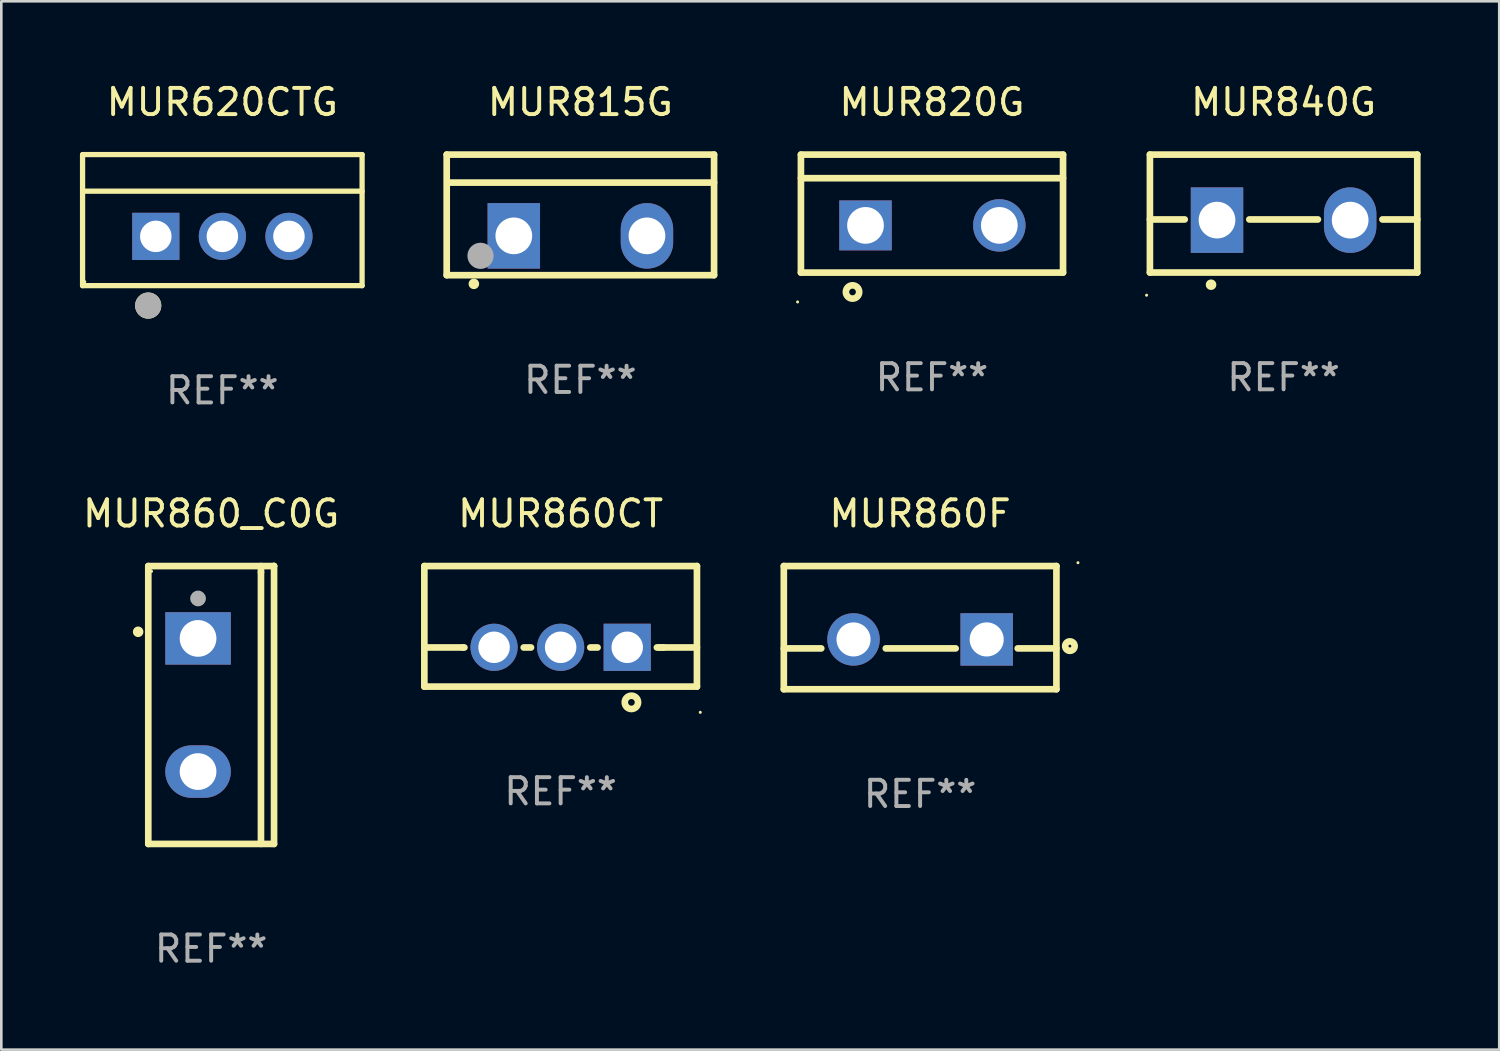
<source format=kicad_pcb>
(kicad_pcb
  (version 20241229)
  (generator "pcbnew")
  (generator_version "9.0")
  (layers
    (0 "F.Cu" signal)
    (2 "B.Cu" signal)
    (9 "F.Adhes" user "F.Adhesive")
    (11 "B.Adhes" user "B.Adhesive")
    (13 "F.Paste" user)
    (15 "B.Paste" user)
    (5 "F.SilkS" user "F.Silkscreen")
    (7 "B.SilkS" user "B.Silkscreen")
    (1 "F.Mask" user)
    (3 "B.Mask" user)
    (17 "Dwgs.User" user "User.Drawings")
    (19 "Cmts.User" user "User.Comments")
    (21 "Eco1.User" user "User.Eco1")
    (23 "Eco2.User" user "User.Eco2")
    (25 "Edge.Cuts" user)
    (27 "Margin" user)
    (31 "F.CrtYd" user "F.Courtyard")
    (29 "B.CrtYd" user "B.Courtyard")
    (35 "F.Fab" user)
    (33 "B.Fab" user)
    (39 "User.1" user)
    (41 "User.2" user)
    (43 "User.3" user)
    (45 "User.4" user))
  (footprint "MUR860CT"
    (layer "F.Cu")
    (at 18.339 20.845)
    (property "Reference" "MUR860CT" (at 0 -4.3 0) (layer "F.SilkS") (effects (font (size 1 1) (thickness 0.15))))
    (attr through_hole)
    (fp_line (start -5.2 -2.3) (end -5.2 2.3) (stroke (width 0.254) (type solid)) (layer "F.SilkS"))
    (fp_line (start -5.2 -2.3) (end 5.2 -2.3) (stroke (width 0.254) (type solid)) (layer "F.SilkS"))
    (fp_line (start -5.2 0.807) (end -3.731 0.807) (stroke (width 0.254) (type solid)) (layer "F.SilkS"))
    (fp_line (start -5.2 2.3) (end 5.2 2.3) (stroke (width 0.254) (type solid)) (layer "F.SilkS"))
    (fp_line (start -3.731 0.807) (end -3.671 0.807) (stroke (width 0.254) (type solid)) (layer "F.SilkS"))
    (fp_line (start -1.409 0.807) (end -1.131 0.807) (stroke (width 0.254) (type solid)) (layer "F.SilkS"))
    (fp_line (start 1.131 0.807) (end 1.409 0.807) (stroke (width 0.254) (type solid)) (layer "F.SilkS"))
    (fp_line (start 3.671 0.807) (end 3.926 0.807) (stroke (width 0.254) (type solid)) (layer "F.SilkS"))
    (fp_line (start 3.731 0.807) (end 5.2 0.807) (stroke (width 0.254) (type solid)) (layer "F.SilkS"))
    (fp_line (start 5.2 -2.3) (end 5.2 2.3) (stroke (width 0.254) (type solid)) (layer "F.SilkS"))
    (fp_circle (center 2.7 2.9) (end 2.954 2.9) (stroke (width 0.254) (type solid)) (fill no) (layer "F.SilkS"))
    (fp_circle (center 5.327 3.281) (end 5.357 3.281) (stroke (width 0.06) (type solid)) (fill no) (layer "F.SilkS"))
    (fp_text user "REF**" (at 0 6.3 0) (layer "F.Fab") (effects (font (size 1 1) (thickness 0.15))))
    (pad "1" thru_hole rect (at 2.54 0.8) (size 1.8 1.8) (drill 1.2) (layers "*.Cu" "*.Mask"))
    (pad "2" thru_hole circle (at 0 0.8) (size 1.8 1.8) (drill 1.2) (layers "*.Cu" "*.Mask"))
    (pad "3" thru_hole circle (at -2.54 0.8) (size 1.8 1.8) (drill 1.2) (layers "*.Cu" "*.Mask")))
  (footprint "MUR840G"
    (layer "F.Cu")
    (at 45.92 5.098)
    (property "Reference" "MUR840G" (at 0 -4.25 0) (layer "F.SilkS") (effects (font (size 1 1) (thickness 0.15))))
    (attr through_hole)
    (fp_line (start -5.1 -2.25) (end -5.1 2.25) (stroke (width 0.254) (type solid)) (layer "F.SilkS"))
    (fp_line (start -5.1 0.224) (end -3.772 0.224) (stroke (width 0.254) (type solid)) (layer "F.SilkS"))
    (fp_line (start -5.1 2.25) (end 5.1 2.25) (stroke (width 0.254) (type solid)) (layer "F.SilkS"))
    (fp_line (start -1.308 0.224) (end 1.309 0.224) (stroke (width 0.254) (type solid)) (layer "F.SilkS"))
    (fp_line (start 3.771 0.224) (end 5.1 0.224) (stroke (width 0.254) (type solid)) (layer "F.SilkS"))
    (fp_line (start 5.1 -2.25) (end -5.1 -2.25) (stroke (width 0.254) (type solid)) (layer "F.SilkS"))
    (fp_line (start 5.1 -2.25) (end 5.1 2.25) (stroke (width 0.254) (type solid)) (layer "F.SilkS"))
    (fp_arc (start -2.768606 2.713805) (mid -2.767336 2.713801) (end -2.766066 2.713805) (stroke (width 0.4) (type solid)) (layer "F.SilkS"))
    (fp_circle (center -5.227 3.114) (end -5.197 3.114) (stroke (width 0.06) (type solid)) (fill no) (layer "F.SilkS"))
    (fp_text user "REF**" (at 0 6.25 0) (layer "F.Fab") (effects (font (size 1 1) (thickness 0.15))))
    (pad "1" thru_hole rect (at -2.54 0.25) (size 2 2.5) (drill 1.4) (layers "*.Cu" "*.Mask"))
    (pad "3" thru_hole oval (at 2.54 0.25) (size 2 2.5) (drill 1.4) (layers "*.Cu" "*.Mask")))
  (footprint "MUR815G"
    (layer "F.Cu")
    (at 19.092 5.148)
    (property "Reference" "MUR815G" (at 0 -4.3 0) (layer "F.SilkS") (effects (font (size 1 1) (thickness 0.15))))
    (attr through_hole)
    (fp_line (start -5.1 -2.3) (end -5.1 2.3) (stroke (width 0.254) (type solid)) (layer "F.SilkS"))
    (fp_line (start -5.1 2.3) (end 5.1 2.3) (stroke (width 0.254) (type solid)) (layer "F.SilkS"))
    (fp_line (start -5.08 -1.232) (end 5.1 -1.232) (stroke (width 0.254) (type solid)) (layer "F.SilkS"))
    (fp_line (start 5.1 -2.3) (end -5.1 -2.3) (stroke (width 0.254) (type solid)) (layer "F.SilkS"))
    (fp_line (start 5.1 -2.3) (end 5.1 2.3) (stroke (width 0.254) (type solid)) (layer "F.SilkS"))
    (fp_arc (start -4.065278 2.632004) (mid -4.064008 2.632) (end -4.062738 2.632004) (stroke (width 0.4) (type solid)) (layer "F.SilkS"))
    (fp_circle (center -5.1 2.32) (end -5.07 2.32) (stroke (width 0.06) (type solid)) (fill no) (layer "F.SilkS"))
    (fp_circle (center -3.81 1.562) (end -3.56 1.562) (stroke (width 0.5) (type solid)) (fill no) (layer "F.Fab"))
    (fp_text user "REF**" (at 0 6.3 0) (layer "F.Fab") (effects (font (size 1 1) (thickness 0.15))))
    (pad "1" thru_hole rect (at -2.54 0.8) (size 2 2.5) (drill 1.4) (layers "*.Cu" "*.Mask"))
    (pad "2" thru_hole oval (at 2.54 0.8) (size 2 2.5) (drill 1.4) (layers "*.Cu" "*.Mask")))
  (footprint "MUR620CTG"
    (layer "F.Cu")
    (at 5.432 5.348)
    (property "Reference" "MUR620CTG" (at 0 -4.5 0) (layer "F.SilkS") (effects (font (size 1 1) (thickness 0.15))))
    (attr through_hole)
    (fp_line (start -5.332 2.5) (end -5.332 -2.5) (stroke (width 0.201) (type solid)) (layer "F.SilkS"))
    (fp_line (start -5.328 -2.5) (end 5.332 -2.5) (stroke (width 0.201) (type solid)) (layer "F.SilkS"))
    (fp_line (start -5.328 -1.104) (end 5.332 -1.104) (stroke (width 0.201) (type solid)) (layer "F.SilkS"))
    (fp_line (start 5.332 -2.5) (end 5.332 2.5) (stroke (width 0.201) (type solid)) (layer "F.SilkS"))
    (fp_line (start 5.332 2.5) (end -5.332 2.5) (stroke (width 0.201) (type solid)) (layer "F.SilkS"))
    (fp_circle (center -5.248 2.35) (end -5.218 2.35) (stroke (width 0.06) (type solid)) (fill no) (layer "F.SilkS"))
    (fp_circle (center -2.828 3.26) (end -2.578 3.26) (stroke (width 0.5) (type solid)) (fill no) (layer "F.SilkS"))
    (fp_circle (center -2.828 3.26) (end -2.578 3.26) (stroke (width 0.5) (type solid)) (fill no) (layer "F.Fab"))
    (fp_text user "REF**" (at 0 6.5 0) (layer "F.Fab") (effects (font (size 1 1) (thickness 0.15))))
    (pad "1" thru_hole rect (at -2.538 0.62) (size 1.8 1.8) (drill 1.2) (layers "*.Cu" "*.Mask"))
    (pad "2" thru_hole circle (at 0.002 0.62) (size 1.8 1.8) (drill 1.2) (layers "*.Cu" "*.Mask"))
    (pad "3" thru_hole circle (at 2.542 0.62) (size 1.8 1.8) (drill 1.2) (layers "*.Cu" "*.Mask")))
  (footprint "MUR860F"
    (layer "F.Cu")
    (at 32.053 20.895)
    (property "Reference" "MUR860F" (at 0 -4.35 0) (layer "F.SilkS") (effects (font (size 1 1) (thickness 0.15))))
    (attr through_hole)
    (fp_line (start -5.2 -2.35) (end -5.2 2.35) (stroke (width 0.254) (type solid)) (layer "F.SilkS"))
    (fp_line (start -5.2 -2.35) (end 5.2 -2.35) (stroke (width 0.254) (type solid)) (layer "F.SilkS"))
    (fp_line (start -5.2 0.792) (end -3.771 0.792) (stroke (width 0.254) (type solid)) (layer "F.SilkS"))
    (fp_line (start -5.2 2.35) (end 5.2 2.35) (stroke (width 0.254) (type solid)) (layer "F.SilkS"))
    (fp_line (start -1.309 0.792) (end 1.357 0.792) (stroke (width 0.254) (type solid)) (layer "F.SilkS"))
    (fp_line (start 3.723 0.792) (end 5.2 0.792) (stroke (width 0.254) (type solid)) (layer "F.SilkS"))
    (fp_line (start 5.2 -2.35) (end 5.2 2.35) (stroke (width 0.254) (type solid)) (layer "F.SilkS"))
    (fp_circle (center 5.715 0.704) (end 5.895 0.704) (stroke (width 0.254) (type solid)) (fill no) (layer "F.SilkS"))
    (fp_circle (center 6.022 -2.477) (end 6.052 -2.477) (stroke (width 0.06) (type solid)) (fill no) (layer "F.SilkS"))
    (fp_text user "REF**" (at 0 6.35 0) (layer "F.Fab") (effects (font (size 1 1) (thickness 0.15))))
    (pad "1" thru_hole rect (at 2.54 0.45) (size 2 2) (drill 1.3) (layers "*.Cu" "*.Mask"))
    (pad "2" thru_hole circle (at -2.54 0.45) (size 2 2) (drill 1.3) (layers "*.Cu" "*.Mask")))
  (footprint "MUR820G"
    (layer "F.Cu")
    (at 32.506 5.099)
    (property "Reference" "MUR820G" (at 0 -4.25 0) (layer "F.SilkS") (effects (font (size 1 1) (thickness 0.15))))
    (attr through_hole)
    (fp_line (start -5 -2.25) (end 5 -2.25) (stroke (width 0.254) (type solid)) (layer "F.SilkS"))
    (fp_line (start -5 -1.351) (end 5 -1.351) (stroke (width 0.254) (type solid)) (layer "F.SilkS"))
    (fp_line (start -5 2.25) (end -5 -2.25) (stroke (width 0.254) (type solid)) (layer "F.SilkS"))
    (fp_line (start -5 2.25) (end 5 2.25) (stroke (width 0.254) (type solid)) (layer "F.SilkS"))
    (fp_line (start 5 2.25) (end 5 -2.25) (stroke (width 0.254) (type solid)) (layer "F.SilkS"))
    (fp_circle (center -5.127 3.371) (end -5.097 3.371) (stroke (width 0.06) (type solid)) (fill no) (layer "F.SilkS"))
    (fp_circle (center -3.031 2.99) (end -2.777 2.99) (stroke (width 0.254) (type solid)) (fill no) (layer "F.SilkS"))
    (fp_text user "REF**" (at 0 6.25 0) (layer "F.Fab") (effects (font (size 1 1) (thickness 0.15))))
    (pad "1" thru_hole rect (at -2.536 0.45 90) (size 1.905 2) (drill 1.4) (layers "*.Cu" "*.Mask"))
    (pad "3" thru_hole circle (at 2.569 0.45) (size 2 2) (drill 1.4) (layers "*.Cu" "*.Mask")))
  (footprint "MUR860_C0G"
    (layer "F.Cu")
    (at 5.006 23.846)
    (property "Reference" "MUR860_C0G" (at 0 -7.301 0) (layer "F.SilkS") (effects (font (size 1 1) (thickness 0.15))))
    (attr through_hole)
    (fp_line (start -2.399 -5.301) (end 2.394 -5.301) (stroke (width 0.254) (type solid)) (layer "F.SilkS"))
    (fp_line (start -2.399 5.301) (end -2.399 -5.301) (stroke (width 0.254) (type solid)) (layer "F.SilkS"))
    (fp_line (start 1.9 -5.061) (end 1.9 -5.3) (stroke (width 0.254) (type solid)) (layer "F.SilkS"))
    (fp_line (start 1.9 5.3) (end 1.9 -5.061) (stroke (width 0.254) (type solid)) (layer "F.SilkS"))
    (fp_line (start 2.394 -5.301) (end 2.399 -5.301) (stroke (width 0.254) (type solid)) (layer "F.SilkS"))
    (fp_line (start 2.399 -5.301) (end 2.399 5.301) (stroke (width 0.254) (type solid)) (layer "F.SilkS"))
    (fp_line (start 2.399 5.301) (end -2.399 5.301) (stroke (width 0.254) (type solid)) (layer "F.SilkS"))
    (fp_arc (start -2.786043 -2.791466) (mid -2.786047 -2.792736) (end -2.786043 -2.794006) (stroke (width 0.4) (type solid)) (layer "F.SilkS"))
    (fp_circle (center -2.275 -5.1) (end -2.245 -5.1) (stroke (width 0.06) (type solid)) (fill no) (layer "F.SilkS"))
    (fp_circle (center -0.5 -4.064) (end -0.35 -4.064) (stroke (width 0.3) (type solid)) (fill no) (layer "F.Fab"))
    (fp_text user "REF**" (at 0 9.301 0) (layer "F.Fab") (effects (font (size 1 1) (thickness 0.15))))
    (pad "1" thru_hole rect (at -0.5 -2.54 270) (size 2 2.5) (drill 1.4) (layers "*.Cu" "*.Mask"))
    (pad "3" thru_hole oval (at -0.5 2.54 270) (size 2 2.5) (drill 1.4) (layers "*.Cu" "*.Mask")))
  (gr_rect
    (start -3 -3)
    (end 54.147 36.995)
    (stroke (width 0.1) (type default))
    (fill no)
    (layer "Edge.Cuts")))
</source>
